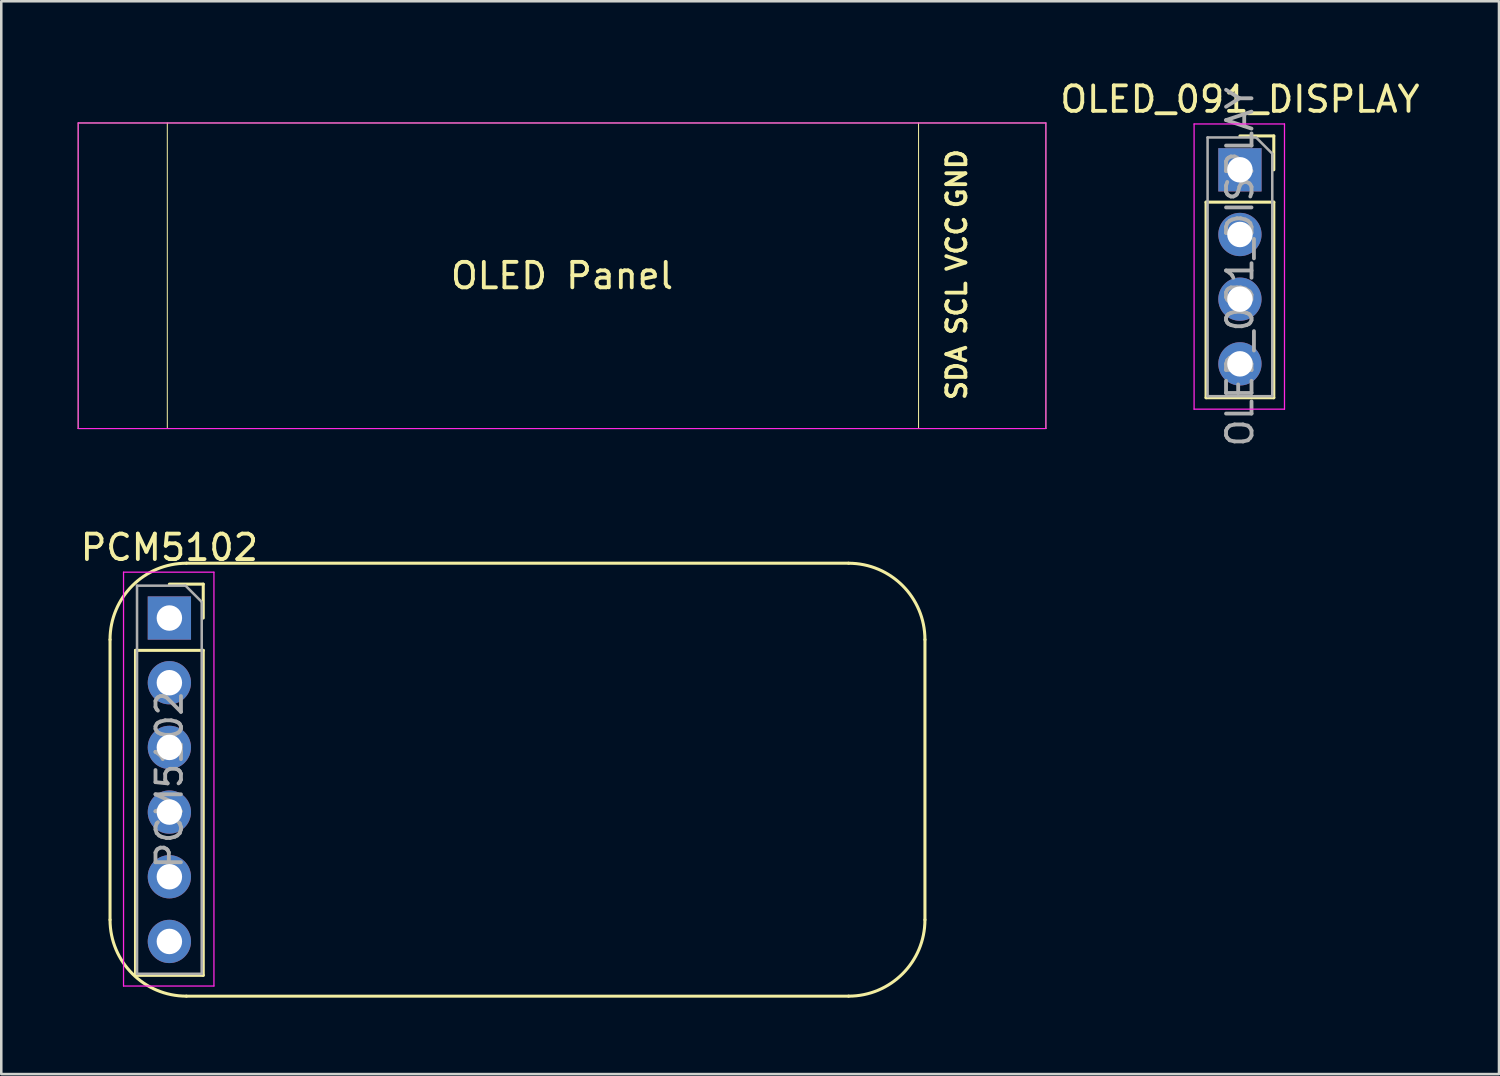
<source format=kicad_pcb>
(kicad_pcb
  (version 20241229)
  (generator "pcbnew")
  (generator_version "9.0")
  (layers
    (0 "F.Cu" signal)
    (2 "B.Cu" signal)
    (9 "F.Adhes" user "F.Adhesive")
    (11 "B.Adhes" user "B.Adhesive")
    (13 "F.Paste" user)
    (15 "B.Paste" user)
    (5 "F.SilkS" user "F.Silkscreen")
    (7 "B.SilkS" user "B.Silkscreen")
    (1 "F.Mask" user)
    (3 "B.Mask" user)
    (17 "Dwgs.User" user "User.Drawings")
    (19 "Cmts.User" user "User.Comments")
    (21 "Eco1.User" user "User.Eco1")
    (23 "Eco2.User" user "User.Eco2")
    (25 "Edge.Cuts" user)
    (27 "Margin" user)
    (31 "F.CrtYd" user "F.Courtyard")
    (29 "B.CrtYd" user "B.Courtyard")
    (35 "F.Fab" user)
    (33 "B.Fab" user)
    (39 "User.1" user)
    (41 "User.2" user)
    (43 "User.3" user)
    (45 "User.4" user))
  (footprint "PCM5102"
    (layer "F.Cu")
    (at 3.601 21.219)
    (property "Reference" "PCM5102" (at 0 -2.77 0) (layer "F.SilkS") (effects (font (size 1 1) (thickness 0.15))))
    (attr through_hole)
    (fp_line (start -2.33 0.848) (end -2.33 11.849) (stroke (width 0.12) (type solid)) (layer "F.SilkS"))
    (fp_line (start -1.33 1.27) (end -1.33 14.03) (stroke (width 0.12) (type solid)) (layer "F.SilkS"))
    (fp_line (start -1.33 1.27) (end 1.33 1.27) (stroke (width 0.12) (type solid)) (layer "F.SilkS"))
    (fp_line (start -1.33 14.03) (end 1.33 14.03) (stroke (width 0.12) (type solid)) (layer "F.SilkS"))
    (fp_line (start 0 -1.33) (end 1.33 -1.33) (stroke (width 0.12) (type solid)) (layer "F.SilkS"))
    (fp_line (start 0.67 14.849) (end 26.67 14.849) (stroke (width 0.12) (type solid)) (layer "F.SilkS"))
    (fp_line (start 1.33 -1.33) (end 1.33 0) (stroke (width 0.12) (type solid)) (layer "F.SilkS"))
    (fp_line (start 1.33 1.27) (end 1.33 14.03) (stroke (width 0.12) (type solid)) (layer "F.SilkS"))
    (fp_line (start 26.67 -2.152) (end 0.67 -2.152) (stroke (width 0.12) (type solid)) (layer "F.SilkS"))
    (fp_line (start 29.67 11.849) (end 29.67 0.848) (stroke (width 0.12) (type solid)) (layer "F.SilkS"))
    (fp_arc (start -2.33 0.84836) (mid -1.45132 -1.27296) (end 0.67 -2.15164) (stroke (width 0.12) (type solid)) (layer "F.SilkS"))
    (fp_arc (start 0.67 14.84868) (mid -1.45132 13.97) (end -2.33 11.84868) (stroke (width 0.12) (type solid)) (layer "F.SilkS"))
    (fp_arc (start 26.67 -2.15164) (mid 28.79132 -1.27296) (end 29.67 0.84836) (stroke (width 0.12) (type solid)) (layer "F.SilkS"))
    (fp_arc (start 29.67 11.84868) (mid 28.79132 13.97) (end 26.67 14.84868) (stroke (width 0.12) (type solid)) (layer "F.SilkS"))
    (fp_line (start -1.8 -1.8) (end 1.75 -1.8) (stroke (width 0.05) (type solid)) (layer "F.CrtYd"))
    (fp_line (start -1.8 14.45) (end -1.8 -1.8) (stroke (width 0.05) (type solid)) (layer "F.CrtYd"))
    (fp_line (start 1.75 -1.8) (end 1.75 14.45) (stroke (width 0.05) (type solid)) (layer "F.CrtYd"))
    (fp_line (start 1.75 14.45) (end -1.8 14.45) (stroke (width 0.05) (type solid)) (layer "F.CrtYd"))
    (fp_line (start -1.27 -1.27) (end 0.635 -1.27) (stroke (width 0.1) (type solid)) (layer "F.Fab"))
    (fp_line (start -1.27 13.97) (end -1.27 -1.27) (stroke (width 0.1) (type solid)) (layer "F.Fab"))
    (fp_line (start 0.635 -1.27) (end 1.27 -0.635) (stroke (width 0.1) (type solid)) (layer "F.Fab"))
    (fp_line (start 1.27 -0.635) (end 1.27 13.97) (stroke (width 0.1) (type solid)) (layer "F.Fab"))
    (fp_line (start 1.27 13.97) (end -1.27 13.97) (stroke (width 0.1) (type solid)) (layer "F.Fab"))
    (fp_text user "${REFERENCE}" (at 0 6.35 90) (layer "F.Fab") (effects (font (size 1 1) (thickness 0.15))))
    (pad "1" thru_hole rect (at 0 0) (size 1.7 1.7) (drill 1) (layers "*.Cu" "*.Mask"))
    (pad "2" thru_hole oval (at 0 2.54) (size 1.7 1.7) (drill 1) (layers "*.Cu" "*.Mask"))
    (pad "3" thru_hole oval (at 0 5.08) (size 1.7 1.7) (drill 1) (layers "*.Cu" "*.Mask"))
    (pad "4" thru_hole oval (at 0 7.62) (size 1.7 1.7) (drill 1) (layers "*.Cu" "*.Mask"))
    (pad "5" thru_hole oval (at 0 10.16) (size 1.7 1.7) (drill 1) (layers "*.Cu" "*.Mask"))
    (pad "6" thru_hole oval (at 0 12.7) (size 1.7 1.7) (drill 1) (layers "*.Cu" "*.Mask")))
  (footprint "OLED_091_DISPLAY"
    (layer "F.Cu")
    (at 45.64 3.618)
    (property "Reference" "OLED_091_DISPLAY" (at 0 -2.77 0) (layer "F.SilkS") (effects (font (size 1 1) (thickness 0.15))))
    (attr through_hole)
    (fp_line (start -45.62 -1.84) (end -45.62 10.16) (stroke (width 0.04) (type solid)) (layer "F.SilkS"))
    (fp_line (start -45.62 10.16) (end -7.62 10.16) (stroke (width 0.04) (type solid)) (layer "F.SilkS"))
    (fp_line (start -42.12 -1.84) (end -42.12 10.16) (stroke (width 0.04) (type solid)) (layer "F.SilkS"))
    (fp_line (start -12.62 -1.84) (end -12.62 10.16) (stroke (width 0.04) (type solid)) (layer "F.SilkS"))
    (fp_line (start -7.62 -1.84) (end -45.62 -1.84) (stroke (width 0.04) (type solid)) (layer "F.SilkS"))
    (fp_line (start -7.62 10.16) (end -7.62 -1.84) (stroke (width 0.04) (type solid)) (layer "F.SilkS"))
    (fp_line (start -1.33 1.27) (end -1.33 8.95) (stroke (width 0.12) (type solid)) (layer "F.SilkS"))
    (fp_line (start -1.33 1.27) (end 1.33 1.27) (stroke (width 0.12) (type solid)) (layer "F.SilkS"))
    (fp_line (start -1.33 8.95) (end 1.33 8.95) (stroke (width 0.12) (type solid)) (layer "F.SilkS"))
    (fp_line (start 0 -1.33) (end 1.33 -1.33) (stroke (width 0.12) (type solid)) (layer "F.SilkS"))
    (fp_line (start 1.33 -1.33) (end 1.33 0) (stroke (width 0.12) (type solid)) (layer "F.SilkS"))
    (fp_line (start 1.33 1.27) (end 1.33 8.95) (stroke (width 0.12) (type solid)) (layer "F.SilkS"))
    (fp_line (start -45.62 -1.84) (end -45.62 10.16) (stroke (width 0.04) (type solid)) (layer "F.CrtYd"))
    (fp_line (start -45.62 10.16) (end -7.62 10.16) (stroke (width 0.04) (type solid)) (layer "F.CrtYd"))
    (fp_line (start -7.62 -1.84) (end -45.62 -1.84) (stroke (width 0.04) (type solid)) (layer "F.CrtYd"))
    (fp_line (start -7.62 10.16) (end -7.62 -1.84) (stroke (width 0.04) (type solid)) (layer "F.CrtYd"))
    (fp_line (start -1.8 -1.8) (end 1.75 -1.8) (stroke (width 0.05) (type solid)) (layer "F.CrtYd"))
    (fp_line (start -1.8 9.4) (end -1.8 -1.8) (stroke (width 0.05) (type solid)) (layer "F.CrtYd"))
    (fp_line (start 1.75 -1.8) (end 1.75 9.4) (stroke (width 0.05) (type solid)) (layer "F.CrtYd"))
    (fp_line (start 1.75 9.4) (end -1.8 9.4) (stroke (width 0.05) (type solid)) (layer "F.CrtYd"))
    (fp_line (start -1.27 -1.27) (end 0.635 -1.27) (stroke (width 0.1) (type solid)) (layer "F.Fab"))
    (fp_line (start -1.27 8.89) (end -1.27 -1.27) (stroke (width 0.1) (type solid)) (layer "F.Fab"))
    (fp_line (start 0.635 -1.27) (end 1.27 -0.635) (stroke (width 0.1) (type solid)) (layer "F.Fab"))
    (fp_line (start 1.27 -0.635) (end 1.27 8.89) (stroke (width 0.1) (type solid)) (layer "F.Fab"))
    (fp_line (start 1.27 8.89) (end -1.27 8.89) (stroke (width 0.1) (type solid)) (layer "F.Fab"))
    (fp_text user "VCC" (at -11.12 2.89 270) (layer "F.SilkS") (effects (font (size 0.75 0.75) (thickness 0.15))))
    (fp_text user "GND" (at -11.12 0.35 270) (layer "F.SilkS") (effects (font (size 0.75 0.75) (thickness 0.15))))
    (fp_text user "SDA" (at -11.12 7.97 270) (layer "F.SilkS") (effects (font (size 0.75 0.75) (thickness 0.15))))
    (fp_text user "OLED Panel" (at -26.62 4.16 0) (layer "F.SilkS") (effects (font (size 1 1) (thickness 0.15))))
    (fp_text user "SCL" (at -11.12 5.43 270) (layer "F.SilkS") (effects (font (size 0.75 0.75) (thickness 0.15))))
    (fp_text user "${REFERENCE}" (at 0 3.81 90) (layer "F.Fab") (effects (font (size 1 1) (thickness 0.15))))
    (pad "1" thru_hole rect (at 0 0) (size 1.7 1.7) (drill 1) (layers "*.Cu" "*.Mask"))
    (pad "2" thru_hole oval (at 0 2.54) (size 1.7 1.7) (drill 1) (layers "*.Cu" "*.Mask"))
    (pad "3" thru_hole oval (at 0 5.08) (size 1.7 1.7) (drill 1) (layers "*.Cu" "*.Mask"))
    (pad "4" thru_hole oval (at 0 7.62) (size 1.7 1.7) (drill 1) (layers "*.Cu" "*.Mask")))
  (gr_rect
    (start -3 -3)
    (end 55.813 39.128)
    (stroke (width 0.1) (type default))
    (fill no)
    (layer "Edge.Cuts")))
</source>
